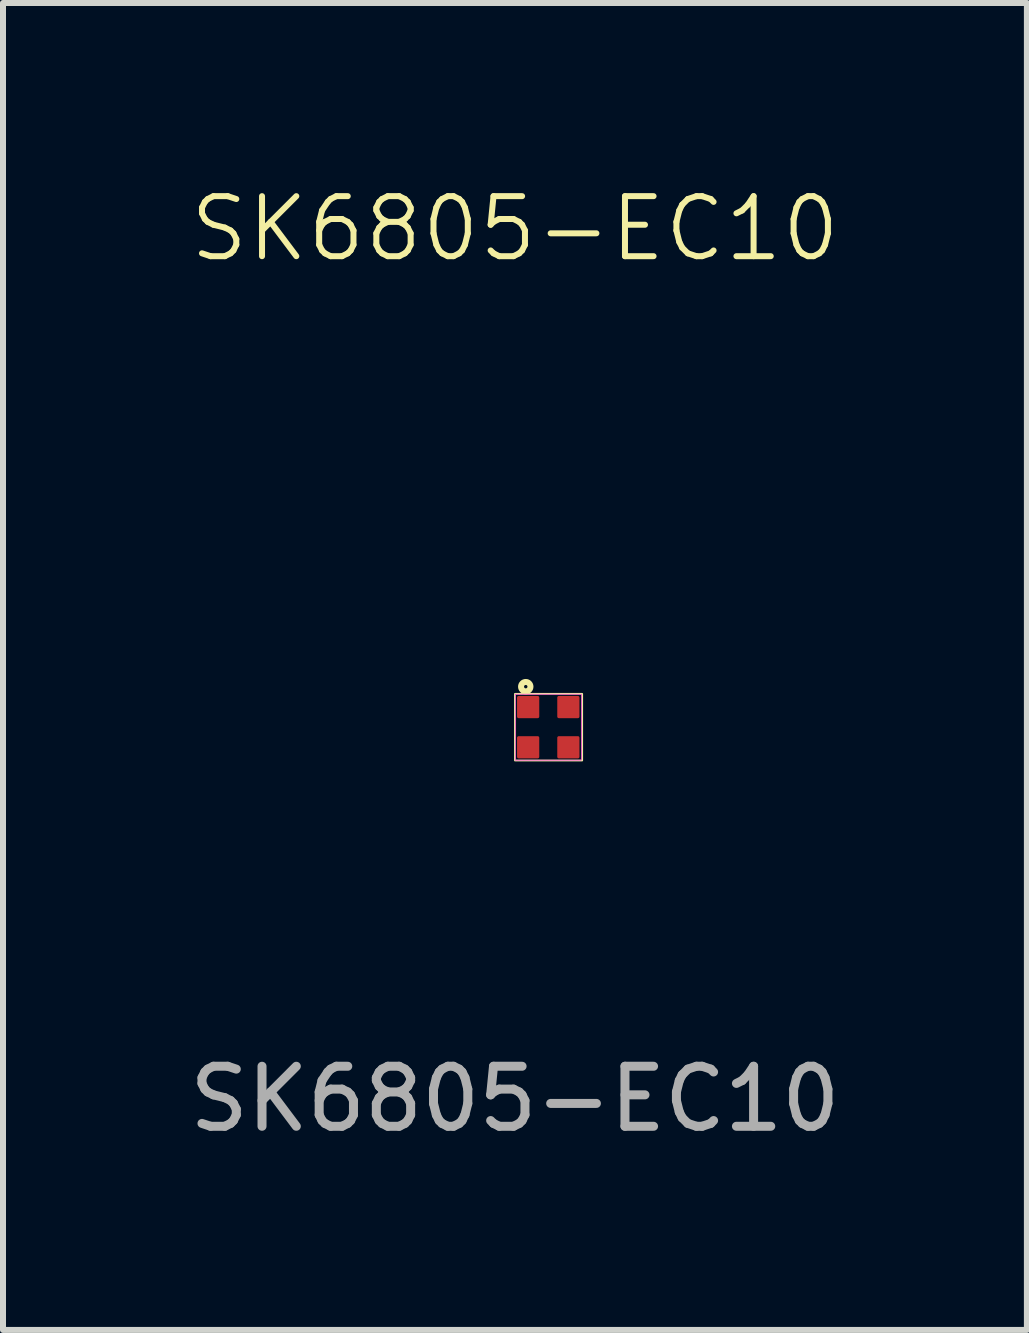
<source format=kicad_pcb>
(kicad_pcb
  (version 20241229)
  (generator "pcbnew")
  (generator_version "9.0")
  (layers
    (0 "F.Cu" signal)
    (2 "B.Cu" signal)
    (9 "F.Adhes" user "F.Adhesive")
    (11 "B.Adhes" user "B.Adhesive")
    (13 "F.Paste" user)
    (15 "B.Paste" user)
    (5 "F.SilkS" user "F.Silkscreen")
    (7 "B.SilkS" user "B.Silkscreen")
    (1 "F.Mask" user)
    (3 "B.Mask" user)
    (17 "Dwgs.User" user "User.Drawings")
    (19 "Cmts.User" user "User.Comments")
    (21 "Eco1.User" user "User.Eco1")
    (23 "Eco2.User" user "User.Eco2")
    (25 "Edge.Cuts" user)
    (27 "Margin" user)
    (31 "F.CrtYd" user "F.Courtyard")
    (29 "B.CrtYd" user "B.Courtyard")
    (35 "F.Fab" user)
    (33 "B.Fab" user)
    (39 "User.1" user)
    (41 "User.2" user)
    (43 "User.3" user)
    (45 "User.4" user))
  (footprint "SK6805-EC10"
    (layer "F.Cu")
    (at 5.53 8.511)
    (property "Reference" "SK6805-EC10" (at 0 -7.75 0) (unlocked yes) (layer "F.SilkS") (effects (font (size 1 1) (thickness 0.1))))
    (attr smd)
    (fp_rect (start 0 0) (end 1.12 1.11) (stroke (width 0.03) (type default)) (fill no) (layer "F.SilkS"))
    (fp_circle (center 0.18 -0.12) (end 0.2 -0.1) (stroke (width 0.1) (type default)) (fill no) (layer "F.SilkS"))
    (fp_rect (start 0.005 1.105) (end 1.105 0.005) (stroke (width 0.01) (type default)) (fill no) (layer "F.CrtYd"))
    (fp_text user "${REFERENCE}" (at 0 6.75 0) (unlocked yes) (layer "F.Fab") (effects (font (size 1 1) (thickness 0.15))))
    (pad "1" smd roundrect (at 0.22 0.22) (size 0.37 0.37) (layers "F.Cu" "F.Mask" "F.Paste") (roundrect_rratio 0.07))
    (pad "2" smd roundrect (at 0.22 0.89) (size 0.37 0.37) (layers "F.Cu" "F.Mask" "F.Paste") (roundrect_rratio 0.07))
    (pad "3" smd roundrect (at 0.89 0.89) (size 0.37 0.37) (layers "F.Cu" "F.Mask" "F.Paste") (roundrect_rratio 0.07))
    (pad "4" smd roundrect (at 0.89 0.22) (size 0.37 0.37) (layers "F.Cu" "F.Mask" "F.Paste") (roundrect_rratio 0.07)))
  (gr_rect
    (start -3 -3)
    (end 14.06 19.109)
    (stroke (width 0.1) (type default))
    (fill no)
    (layer "Edge.Cuts")))
</source>
